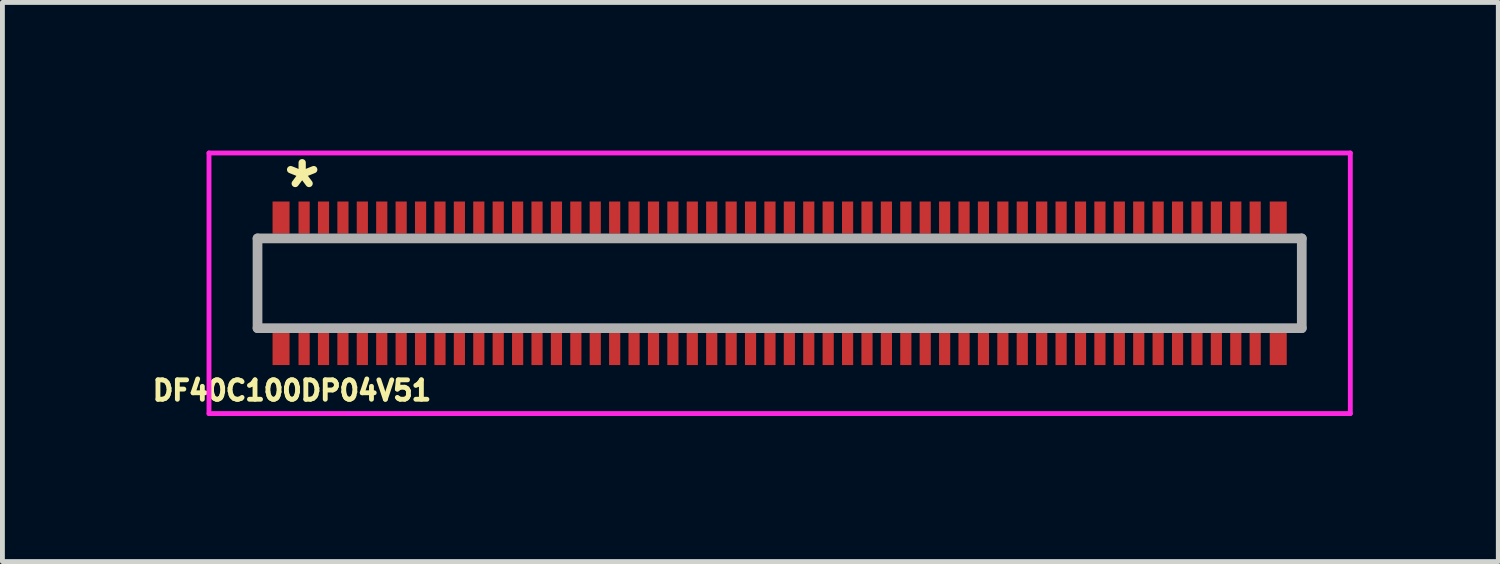
<source format=kicad_pcb>
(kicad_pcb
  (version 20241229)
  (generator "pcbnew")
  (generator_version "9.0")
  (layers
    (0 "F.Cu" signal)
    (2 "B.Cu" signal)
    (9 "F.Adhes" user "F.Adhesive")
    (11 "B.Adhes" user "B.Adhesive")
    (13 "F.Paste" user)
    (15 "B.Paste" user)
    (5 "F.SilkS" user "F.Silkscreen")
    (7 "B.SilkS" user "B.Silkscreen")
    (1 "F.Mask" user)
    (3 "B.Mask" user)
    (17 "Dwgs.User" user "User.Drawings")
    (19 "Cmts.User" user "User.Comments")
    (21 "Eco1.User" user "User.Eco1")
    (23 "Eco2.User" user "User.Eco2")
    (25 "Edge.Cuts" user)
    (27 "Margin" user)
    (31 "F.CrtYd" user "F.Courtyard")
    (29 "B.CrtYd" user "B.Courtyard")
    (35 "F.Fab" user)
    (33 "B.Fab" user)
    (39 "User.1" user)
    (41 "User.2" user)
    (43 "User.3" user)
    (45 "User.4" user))
  (footprint "DF40C100DP04V51"
    (layer "F.Cu")
    (at 13.017 2.788)
    (property "Reference" "DF40C100DP04V51" (at -10.05 2.21 0) (layer "F.SilkS") (effects (font (size 0.4 0.4) (thickness 0.1))))
    (attr smd)
    (fp_line (start -10.76 -0.925) (end -10.76 0.925) (stroke (width 0.1) (type solid)) (layer "F.SilkS"))
    (fp_line (start 10.76 -0.925) (end 10.76 0.925) (stroke (width 0.1) (type solid)) (layer "F.SilkS"))
    (fp_line (start -11.76 -2.685) (end 11.76 -2.685) (stroke (width 0.1) (type solid)) (layer "F.CrtYd"))
    (fp_line (start -11.76 2.685) (end -11.76 -2.685) (stroke (width 0.1) (type solid)) (layer "F.CrtYd"))
    (fp_line (start 11.76 -2.685) (end 11.76 2.685) (stroke (width 0.1) (type solid)) (layer "F.CrtYd"))
    (fp_line (start 11.76 2.685) (end -11.76 2.685) (stroke (width 0.1) (type solid)) (layer "F.CrtYd"))
    (fp_line (start -10.76 -0.925) (end 10.76 -0.925) (stroke (width 0.2) (type solid)) (layer "F.Fab"))
    (fp_line (start -10.76 0.925) (end -10.76 -0.925) (stroke (width 0.2) (type solid)) (layer "F.Fab"))
    (fp_line (start 10.76 -0.925) (end 10.76 0.925) (stroke (width 0.2) (type solid)) (layer "F.Fab"))
    (fp_line (start 10.76 0.925) (end -10.76 0.925) (stroke (width 0.2) (type solid)) (layer "F.Fab"))
    (fp_text user "*" (at -9.84 -1.94 0) (layer "F.SilkS") (effects (font (size 1 1) (thickness 0.15))))
    (pad "1" smd rect (at -9.8 -1.355) (size 0.23 0.66) (layers "F.Cu" "F.Mask" "F.Paste"))
    (pad "2" smd rect (at -9.8 1.355) (size 0.23 0.66) (layers "F.Cu" "F.Mask" "F.Paste"))
    (pad "3" smd rect (at -9.4 -1.355) (size 0.23 0.66) (layers "F.Cu" "F.Mask" "F.Paste"))
    (pad "4" smd rect (at -9.4 1.355) (size 0.23 0.66) (layers "F.Cu" "F.Mask" "F.Paste"))
    (pad "5" smd rect (at -9 -1.355) (size 0.23 0.66) (layers "F.Cu" "F.Mask" "F.Paste"))
    (pad "6" smd rect (at -9 1.355) (size 0.23 0.66) (layers "F.Cu" "F.Mask" "F.Paste"))
    (pad "7" smd rect (at -8.6 -1.355) (size 0.23 0.66) (layers "F.Cu" "F.Mask" "F.Paste"))
    (pad "8" smd rect (at -8.6 1.355) (size 0.23 0.66) (layers "F.Cu" "F.Mask" "F.Paste"))
    (pad "9" smd rect (at -8.2 -1.355) (size 0.23 0.66) (layers "F.Cu" "F.Mask" "F.Paste"))
    (pad "10" smd rect (at -8.2 1.355) (size 0.23 0.66) (layers "F.Cu" "F.Mask" "F.Paste"))
    (pad "11" smd rect (at -7.8 -1.355) (size 0.23 0.66) (layers "F.Cu" "F.Mask" "F.Paste"))
    (pad "12" smd rect (at -7.8 1.355) (size 0.23 0.66) (layers "F.Cu" "F.Mask" "F.Paste"))
    (pad "13" smd rect (at -7.4 -1.355) (size 0.23 0.66) (layers "F.Cu" "F.Mask" "F.Paste"))
    (pad "14" smd rect (at -7.4 1.355) (size 0.23 0.66) (layers "F.Cu" "F.Mask" "F.Paste"))
    (pad "15" smd rect (at -7 -1.355) (size 0.23 0.66) (layers "F.Cu" "F.Mask" "F.Paste"))
    (pad "16" smd rect (at -7 1.355) (size 0.23 0.66) (layers "F.Cu" "F.Mask" "F.Paste"))
    (pad "17" smd rect (at -6.6 -1.355) (size 0.23 0.66) (layers "F.Cu" "F.Mask" "F.Paste"))
    (pad "18" smd rect (at -6.6 1.355) (size 0.23 0.66) (layers "F.Cu" "F.Mask" "F.Paste"))
    (pad "19" smd rect (at -6.2 -1.355) (size 0.23 0.66) (layers "F.Cu" "F.Mask" "F.Paste"))
    (pad "20" smd rect (at -6.2 1.355) (size 0.23 0.66) (layers "F.Cu" "F.Mask" "F.Paste"))
    (pad "21" smd rect (at -5.8 -1.355) (size 0.23 0.66) (layers "F.Cu" "F.Mask" "F.Paste"))
    (pad "22" smd rect (at -5.8 1.355) (size 0.23 0.66) (layers "F.Cu" "F.Mask" "F.Paste"))
    (pad "23" smd rect (at -5.4 -1.355) (size 0.23 0.66) (layers "F.Cu" "F.Mask" "F.Paste"))
    (pad "24" smd rect (at -5.4 1.355) (size 0.23 0.66) (layers "F.Cu" "F.Mask" "F.Paste"))
    (pad "25" smd rect (at -5 -1.355) (size 0.23 0.66) (layers "F.Cu" "F.Mask" "F.Paste"))
    (pad "26" smd rect (at -5 1.355) (size 0.23 0.66) (layers "F.Cu" "F.Mask" "F.Paste"))
    (pad "27" smd rect (at -4.6 -1.355) (size 0.23 0.66) (layers "F.Cu" "F.Mask" "F.Paste"))
    (pad "28" smd rect (at -4.6 1.355) (size 0.23 0.66) (layers "F.Cu" "F.Mask" "F.Paste"))
    (pad "29" smd rect (at -4.2 -1.355) (size 0.23 0.66) (layers "F.Cu" "F.Mask" "F.Paste"))
    (pad "30" smd rect (at -4.2 1.355) (size 0.23 0.66) (layers "F.Cu" "F.Mask" "F.Paste"))
    (pad "31" smd rect (at -3.8 -1.355) (size 0.23 0.66) (layers "F.Cu" "F.Mask" "F.Paste"))
    (pad "32" smd rect (at -3.8 1.355) (size 0.23 0.66) (layers "F.Cu" "F.Mask" "F.Paste"))
    (pad "33" smd rect (at -3.4 -1.355) (size 0.23 0.66) (layers "F.Cu" "F.Mask" "F.Paste"))
    (pad "34" smd rect (at -3.4 1.355) (size 0.23 0.66) (layers "F.Cu" "F.Mask" "F.Paste"))
    (pad "35" smd rect (at -3 -1.355) (size 0.23 0.66) (layers "F.Cu" "F.Mask" "F.Paste"))
    (pad "36" smd rect (at -3 1.355) (size 0.23 0.66) (layers "F.Cu" "F.Mask" "F.Paste"))
    (pad "37" smd rect (at -2.6 -1.355) (size 0.23 0.66) (layers "F.Cu" "F.Mask" "F.Paste"))
    (pad "38" smd rect (at -2.6 1.355) (size 0.23 0.66) (layers "F.Cu" "F.Mask" "F.Paste"))
    (pad "39" smd rect (at -2.2 -1.355) (size 0.23 0.66) (layers "F.Cu" "F.Mask" "F.Paste"))
    (pad "40" smd rect (at -2.2 1.355) (size 0.23 0.66) (layers "F.Cu" "F.Mask" "F.Paste"))
    (pad "41" smd rect (at -1.8 -1.355) (size 0.23 0.66) (layers "F.Cu" "F.Mask" "F.Paste"))
    (pad "42" smd rect (at -1.8 1.355) (size 0.23 0.66) (layers "F.Cu" "F.Mask" "F.Paste"))
    (pad "43" smd rect (at -1.4 -1.355) (size 0.23 0.66) (layers "F.Cu" "F.Mask" "F.Paste"))
    (pad "44" smd rect (at -1.4 1.355) (size 0.23 0.66) (layers "F.Cu" "F.Mask" "F.Paste"))
    (pad "45" smd rect (at -1 -1.355) (size 0.23 0.66) (layers "F.Cu" "F.Mask" "F.Paste"))
    (pad "46" smd rect (at -1 1.355) (size 0.23 0.66) (layers "F.Cu" "F.Mask" "F.Paste"))
    (pad "47" smd rect (at -0.6 -1.355) (size 0.23 0.66) (layers "F.Cu" "F.Mask" "F.Paste"))
    (pad "48" smd rect (at -0.6 1.355) (size 0.23 0.66) (layers "F.Cu" "F.Mask" "F.Paste"))
    (pad "49" smd rect (at -0.2 -1.355) (size 0.23 0.66) (layers "F.Cu" "F.Mask" "F.Paste"))
    (pad "50" smd rect (at -0.2 1.355) (size 0.23 0.66) (layers "F.Cu" "F.Mask" "F.Paste"))
    (pad "51" smd rect (at 0.2 -1.355) (size 0.23 0.66) (layers "F.Cu" "F.Mask" "F.Paste"))
    (pad "52" smd rect (at 0.2 1.355) (size 0.23 0.66) (layers "F.Cu" "F.Mask" "F.Paste"))
    (pad "53" smd rect (at 0.6 -1.355) (size 0.23 0.66) (layers "F.Cu" "F.Mask" "F.Paste"))
    (pad "54" smd rect (at 0.6 1.355) (size 0.23 0.66) (layers "F.Cu" "F.Mask" "F.Paste"))
    (pad "55" smd rect (at 1 -1.355) (size 0.23 0.66) (layers "F.Cu" "F.Mask" "F.Paste"))
    (pad "56" smd rect (at 1 1.355) (size 0.23 0.66) (layers "F.Cu" "F.Mask" "F.Paste"))
    (pad "57" smd rect (at 1.4 -1.355) (size 0.23 0.66) (layers "F.Cu" "F.Mask" "F.Paste"))
    (pad "58" smd rect (at 1.4 1.355) (size 0.23 0.66) (layers "F.Cu" "F.Mask" "F.Paste"))
    (pad "59" smd rect (at 1.8 -1.355) (size 0.23 0.66) (layers "F.Cu" "F.Mask" "F.Paste"))
    (pad "60" smd rect (at 1.8 1.355) (size 0.23 0.66) (layers "F.Cu" "F.Mask" "F.Paste"))
    (pad "61" smd rect (at 2.2 -1.355) (size 0.23 0.66) (layers "F.Cu" "F.Mask" "F.Paste"))
    (pad "62" smd rect (at 2.2 1.355) (size 0.23 0.66) (layers "F.Cu" "F.Mask" "F.Paste"))
    (pad "63" smd rect (at 2.6 -1.355) (size 0.23 0.66) (layers "F.Cu" "F.Mask" "F.Paste"))
    (pad "64" smd rect (at 2.6 1.355) (size 0.23 0.66) (layers "F.Cu" "F.Mask" "F.Paste"))
    (pad "65" smd rect (at 3 -1.355) (size 0.23 0.66) (layers "F.Cu" "F.Mask" "F.Paste"))
    (pad "66" smd rect (at 3 1.355) (size 0.23 0.66) (layers "F.Cu" "F.Mask" "F.Paste"))
    (pad "67" smd rect (at 3.4 -1.355) (size 0.23 0.66) (layers "F.Cu" "F.Mask" "F.Paste"))
    (pad "68" smd rect (at 3.4 1.355) (size 0.23 0.66) (layers "F.Cu" "F.Mask" "F.Paste"))
    (pad "69" smd rect (at 3.8 -1.355) (size 0.23 0.66) (layers "F.Cu" "F.Mask" "F.Paste"))
    (pad "70" smd rect (at 3.8 1.355) (size 0.23 0.66) (layers "F.Cu" "F.Mask" "F.Paste"))
    (pad "71" smd rect (at 4.2 -1.355) (size 0.23 0.66) (layers "F.Cu" "F.Mask" "F.Paste"))
    (pad "72" smd rect (at 4.2 1.355) (size 0.23 0.66) (layers "F.Cu" "F.Mask" "F.Paste"))
    (pad "73" smd rect (at 4.6 -1.355) (size 0.23 0.66) (layers "F.Cu" "F.Mask" "F.Paste"))
    (pad "74" smd rect (at 4.6 1.355) (size 0.23 0.66) (layers "F.Cu" "F.Mask" "F.Paste"))
    (pad "75" smd rect (at 5 -1.355) (size 0.23 0.66) (layers "F.Cu" "F.Mask" "F.Paste"))
    (pad "76" smd rect (at 5 1.355) (size 0.23 0.66) (layers "F.Cu" "F.Mask" "F.Paste"))
    (pad "77" smd rect (at 5.4 -1.355) (size 0.23 0.66) (layers "F.Cu" "F.Mask" "F.Paste"))
    (pad "78" smd rect (at 5.4 1.355) (size 0.23 0.66) (layers "F.Cu" "F.Mask" "F.Paste"))
    (pad "79" smd rect (at 5.8 -1.355) (size 0.23 0.66) (layers "F.Cu" "F.Mask" "F.Paste"))
    (pad "80" smd rect (at 5.8 1.355) (size 0.23 0.66) (layers "F.Cu" "F.Mask" "F.Paste"))
    (pad "81" smd rect (at 6.2 -1.355) (size 0.23 0.66) (layers "F.Cu" "F.Mask" "F.Paste"))
    (pad "82" smd rect (at 6.2 1.355) (size 0.23 0.66) (layers "F.Cu" "F.Mask" "F.Paste"))
    (pad "83" smd rect (at 6.6 -1.355) (size 0.23 0.66) (layers "F.Cu" "F.Mask" "F.Paste"))
    (pad "84" smd rect (at 6.6 1.355) (size 0.23 0.66) (layers "F.Cu" "F.Mask" "F.Paste"))
    (pad "85" smd rect (at 7 -1.355) (size 0.23 0.66) (layers "F.Cu" "F.Mask" "F.Paste"))
    (pad "86" smd rect (at 7 1.355) (size 0.23 0.66) (layers "F.Cu" "F.Mask" "F.Paste"))
    (pad "87" smd rect (at 7.4 -1.355) (size 0.23 0.66) (layers "F.Cu" "F.Mask" "F.Paste"))
    (pad "88" smd rect (at 7.4 1.355) (size 0.23 0.66) (layers "F.Cu" "F.Mask" "F.Paste"))
    (pad "89" smd rect (at 7.8 -1.355) (size 0.23 0.66) (layers "F.Cu" "F.Mask" "F.Paste"))
    (pad "90" smd rect (at 7.8 1.355) (size 0.23 0.66) (layers "F.Cu" "F.Mask" "F.Paste"))
    (pad "91" smd rect (at 8.2 -1.355) (size 0.23 0.66) (layers "F.Cu" "F.Mask" "F.Paste"))
    (pad "92" smd rect (at 8.2 1.355) (size 0.23 0.66) (layers "F.Cu" "F.Mask" "F.Paste"))
    (pad "93" smd rect (at 8.6 -1.355) (size 0.23 0.66) (layers "F.Cu" "F.Mask" "F.Paste"))
    (pad "94" smd rect (at 8.6 1.355) (size 0.23 0.66) (layers "F.Cu" "F.Mask" "F.Paste"))
    (pad "95" smd rect (at 9 -1.355) (size 0.23 0.66) (layers "F.Cu" "F.Mask" "F.Paste"))
    (pad "96" smd rect (at 9 1.355) (size 0.23 0.66) (layers "F.Cu" "F.Mask" "F.Paste"))
    (pad "97" smd rect (at 9.4 -1.355) (size 0.23 0.66) (layers "F.Cu" "F.Mask" "F.Paste"))
    (pad "98" smd rect (at 9.4 1.355) (size 0.23 0.66) (layers "F.Cu" "F.Mask" "F.Paste"))
    (pad "99" smd rect (at 9.8 -1.355) (size 0.23 0.66) (layers "F.Cu" "F.Mask" "F.Paste"))
    (pad "100" smd rect (at 9.8 1.355) (size 0.23 0.66) (layers "F.Cu" "F.Mask" "F.Paste"))
    (pad "101" smd rect (at -10.275 -1.355) (size 0.35 0.66) (layers "F.Cu" "F.Mask" "F.Paste"))
    (pad "102" smd rect (at -10.275 1.355) (size 0.35 0.66) (layers "F.Cu" "F.Mask" "F.Paste"))
    (pad "103" smd rect (at 10.275 1.355) (size 0.35 0.66) (layers "F.Cu" "F.Mask" "F.Paste"))
    (pad "104" smd rect (at 10.275 -1.355) (size 0.35 0.66) (layers "F.Cu" "F.Mask" "F.Paste")))
  (gr_rect
    (start -3 -3)
    (end 27.827 8.523)
    (stroke (width 0.1) (type default))
    (fill no)
    (layer "Edge.Cuts")))
</source>
